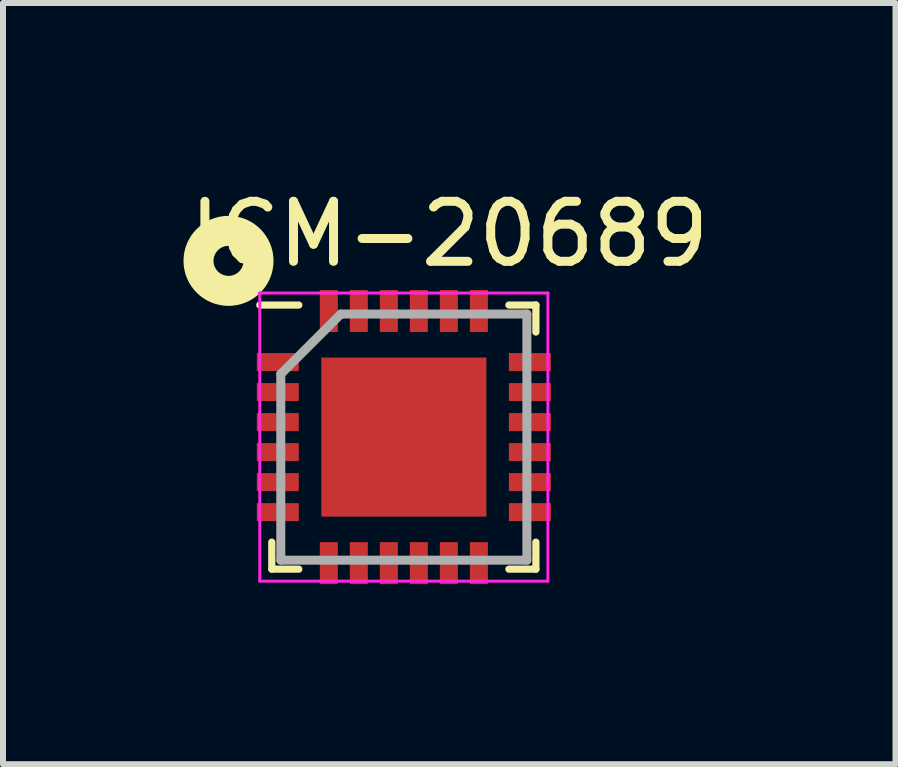
<source format=kicad_pcb>
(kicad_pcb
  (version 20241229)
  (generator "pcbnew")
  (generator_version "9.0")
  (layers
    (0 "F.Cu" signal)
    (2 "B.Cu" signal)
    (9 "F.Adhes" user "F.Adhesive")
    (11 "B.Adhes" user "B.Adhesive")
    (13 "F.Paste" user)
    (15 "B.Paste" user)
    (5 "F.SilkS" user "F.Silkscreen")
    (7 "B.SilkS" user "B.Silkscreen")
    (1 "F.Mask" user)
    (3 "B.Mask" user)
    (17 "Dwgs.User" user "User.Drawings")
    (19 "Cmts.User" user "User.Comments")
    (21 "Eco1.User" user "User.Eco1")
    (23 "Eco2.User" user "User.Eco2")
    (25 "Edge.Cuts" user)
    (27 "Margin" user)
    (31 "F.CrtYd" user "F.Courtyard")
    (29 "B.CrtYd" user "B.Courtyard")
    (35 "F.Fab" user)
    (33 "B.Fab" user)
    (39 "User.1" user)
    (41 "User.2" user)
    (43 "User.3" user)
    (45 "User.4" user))
  (footprint "ICM-20689"
    (layer "F.Cu")
    (at 3.678 4.232)
    (property "Reference" "ICM-20689" (at 0.757 -3.383 0) (layer "F.SilkS") (effects (font (size 1 1) (thickness 0.15))))
    (attr smd)
    (fp_line (start -2.2 2.2) (end -2.2 1.75) (stroke (width 0.12) (type solid)) (layer "F.SilkS"))
    (fp_line (start -1.75 -2.2) (end -2.4 -2.2) (stroke (width 0.12) (type solid)) (layer "F.SilkS"))
    (fp_line (start -1.75 2.2) (end -2.2 2.2) (stroke (width 0.12) (type solid)) (layer "F.SilkS"))
    (fp_line (start 1.75 -2.2) (end 2.2 -2.2) (stroke (width 0.12) (type solid)) (layer "F.SilkS"))
    (fp_line (start 1.75 2.2) (end 2.2 2.2) (stroke (width 0.12) (type solid)) (layer "F.SilkS"))
    (fp_line (start 2.2 -2.2) (end 2.2 -1.75) (stroke (width 0.12) (type solid)) (layer "F.SilkS"))
    (fp_line (start 2.2 2.2) (end 2.2 1.75) (stroke (width 0.12) (type solid)) (layer "F.SilkS"))
    (fp_circle (center -2.921 -2.936) (end -2.421 -2.936) (stroke (width 0.5) (type solid)) (fill no) (layer "F.SilkS"))
    (fp_line (start -2.4 -2.4) (end 2.4 -2.4) (stroke (width 0.05) (type solid)) (layer "F.CrtYd"))
    (fp_line (start -2.4 2.4) (end -2.4 -2.4) (stroke (width 0.05) (type solid)) (layer "F.CrtYd"))
    (fp_line (start 2.4 -2.4) (end 2.4 2.4) (stroke (width 0.05) (type solid)) (layer "F.CrtYd"))
    (fp_line (start 2.4 2.4) (end -2.4 2.4) (stroke (width 0.05) (type solid)) (layer "F.CrtYd"))
    (fp_line (start -2.05 -1.05) (end -2.05 2.05) (stroke (width 0.15) (type solid)) (layer "F.Fab"))
    (fp_line (start -2.05 2.05) (end 2.05 2.05) (stroke (width 0.15) (type solid)) (layer "F.Fab"))
    (fp_line (start -1.05 -2.05) (end -2.05 -1.05) (stroke (width 0.15) (type solid)) (layer "F.Fab"))
    (fp_line (start 2.05 -2.05) (end -1.05 -2.05) (stroke (width 0.15) (type solid)) (layer "F.Fab"))
    (fp_line (start 2.05 2.05) (end 2.05 -2.05) (stroke (width 0.15) (type solid)) (layer "F.Fab"))
    (pad "1" smd rect (at -2.1 -1.25 90) (size 0.3 0.7) (layers "F.Cu" "F.Mask" "F.Paste"))
    (pad "2" smd rect (at -2.1 -0.75 90) (size 0.3 0.7) (layers "F.Cu" "F.Mask" "F.Paste"))
    (pad "3" smd rect (at -2.1 -0.25 90) (size 0.3 0.7) (layers "F.Cu" "F.Mask" "F.Paste"))
    (pad "4" smd rect (at -2.1 0.25 90) (size 0.3 0.7) (layers "F.Cu" "F.Mask" "F.Paste"))
    (pad "5" smd rect (at -2.1 0.75 90) (size 0.3 0.7) (layers "F.Cu" "F.Mask" "F.Paste"))
    (pad "6" smd rect (at -2.1 1.25 90) (size 0.3 0.7) (layers "F.Cu" "F.Mask" "F.Paste"))
    (pad "7" smd rect (at -1.25 2.1) (size 0.3 0.7) (layers "F.Cu" "F.Mask" "F.Paste"))
    (pad "8" smd rect (at -0.75 2.1) (size 0.3 0.7) (layers "F.Cu" "F.Mask" "F.Paste"))
    (pad "9" smd rect (at -0.25 2.1) (size 0.3 0.7) (layers "F.Cu" "F.Mask" "F.Paste"))
    (pad "10" smd rect (at 0.25 2.1) (size 0.3 0.7) (layers "F.Cu" "F.Mask" "F.Paste"))
    (pad "11" smd rect (at 0.75 2.1) (size 0.3 0.7) (layers "F.Cu" "F.Mask" "F.Paste"))
    (pad "12" smd rect (at 1.25 2.1) (size 0.3 0.7) (layers "F.Cu" "F.Mask" "F.Paste"))
    (pad "13" smd rect (at 2.1 1.25 90) (size 0.3 0.7) (layers "F.Cu" "F.Mask" "F.Paste"))
    (pad "14" smd rect (at 2.1 0.75 90) (size 0.3 0.7) (layers "F.Cu" "F.Mask" "F.Paste"))
    (pad "15" smd rect (at 2.1 0.25 90) (size 0.3 0.7) (layers "F.Cu" "F.Mask" "F.Paste"))
    (pad "16" smd rect (at 2.1 -0.25 90) (size 0.3 0.7) (layers "F.Cu" "F.Mask" "F.Paste"))
    (pad "17" smd rect (at 2.1 -0.75 90) (size 0.3 0.7) (layers "F.Cu" "F.Mask" "F.Paste"))
    (pad "18" smd rect (at 2.1 -1.25 90) (size 0.3 0.7) (layers "F.Cu" "F.Mask" "F.Paste"))
    (pad "19" smd rect (at 1.25 -2.1) (size 0.3 0.7) (layers "F.Cu" "F.Mask" "F.Paste"))
    (pad "20" smd rect (at 0.75 -2.1) (size 0.3 0.7) (layers "F.Cu" "F.Mask" "F.Paste"))
    (pad "21" smd rect (at 0.25 -2.1) (size 0.3 0.7) (layers "F.Cu" "F.Mask" "F.Paste"))
    (pad "22" smd rect (at -0.25 -2.1) (size 0.3 0.7) (layers "F.Cu" "F.Mask" "F.Paste"))
    (pad "23" smd rect (at -0.75 -2.1) (size 0.3 0.7) (layers "F.Cu" "F.Mask" "F.Paste"))
    (pad "24" smd rect (at -1.25 -2.1) (size 0.3 0.7) (layers "F.Cu" "F.Mask" "F.Paste"))
    (pad "25" smd rect (at 0 0) (size 2.75 2.65) (layers "F.Cu" "F.Mask" "F.Paste")))
  (gr_rect
    (start -3 -3)
    (end 11.869 9.682)
    (stroke (width 0.1) (type default))
    (fill no)
    (layer "Edge.Cuts")))
</source>
